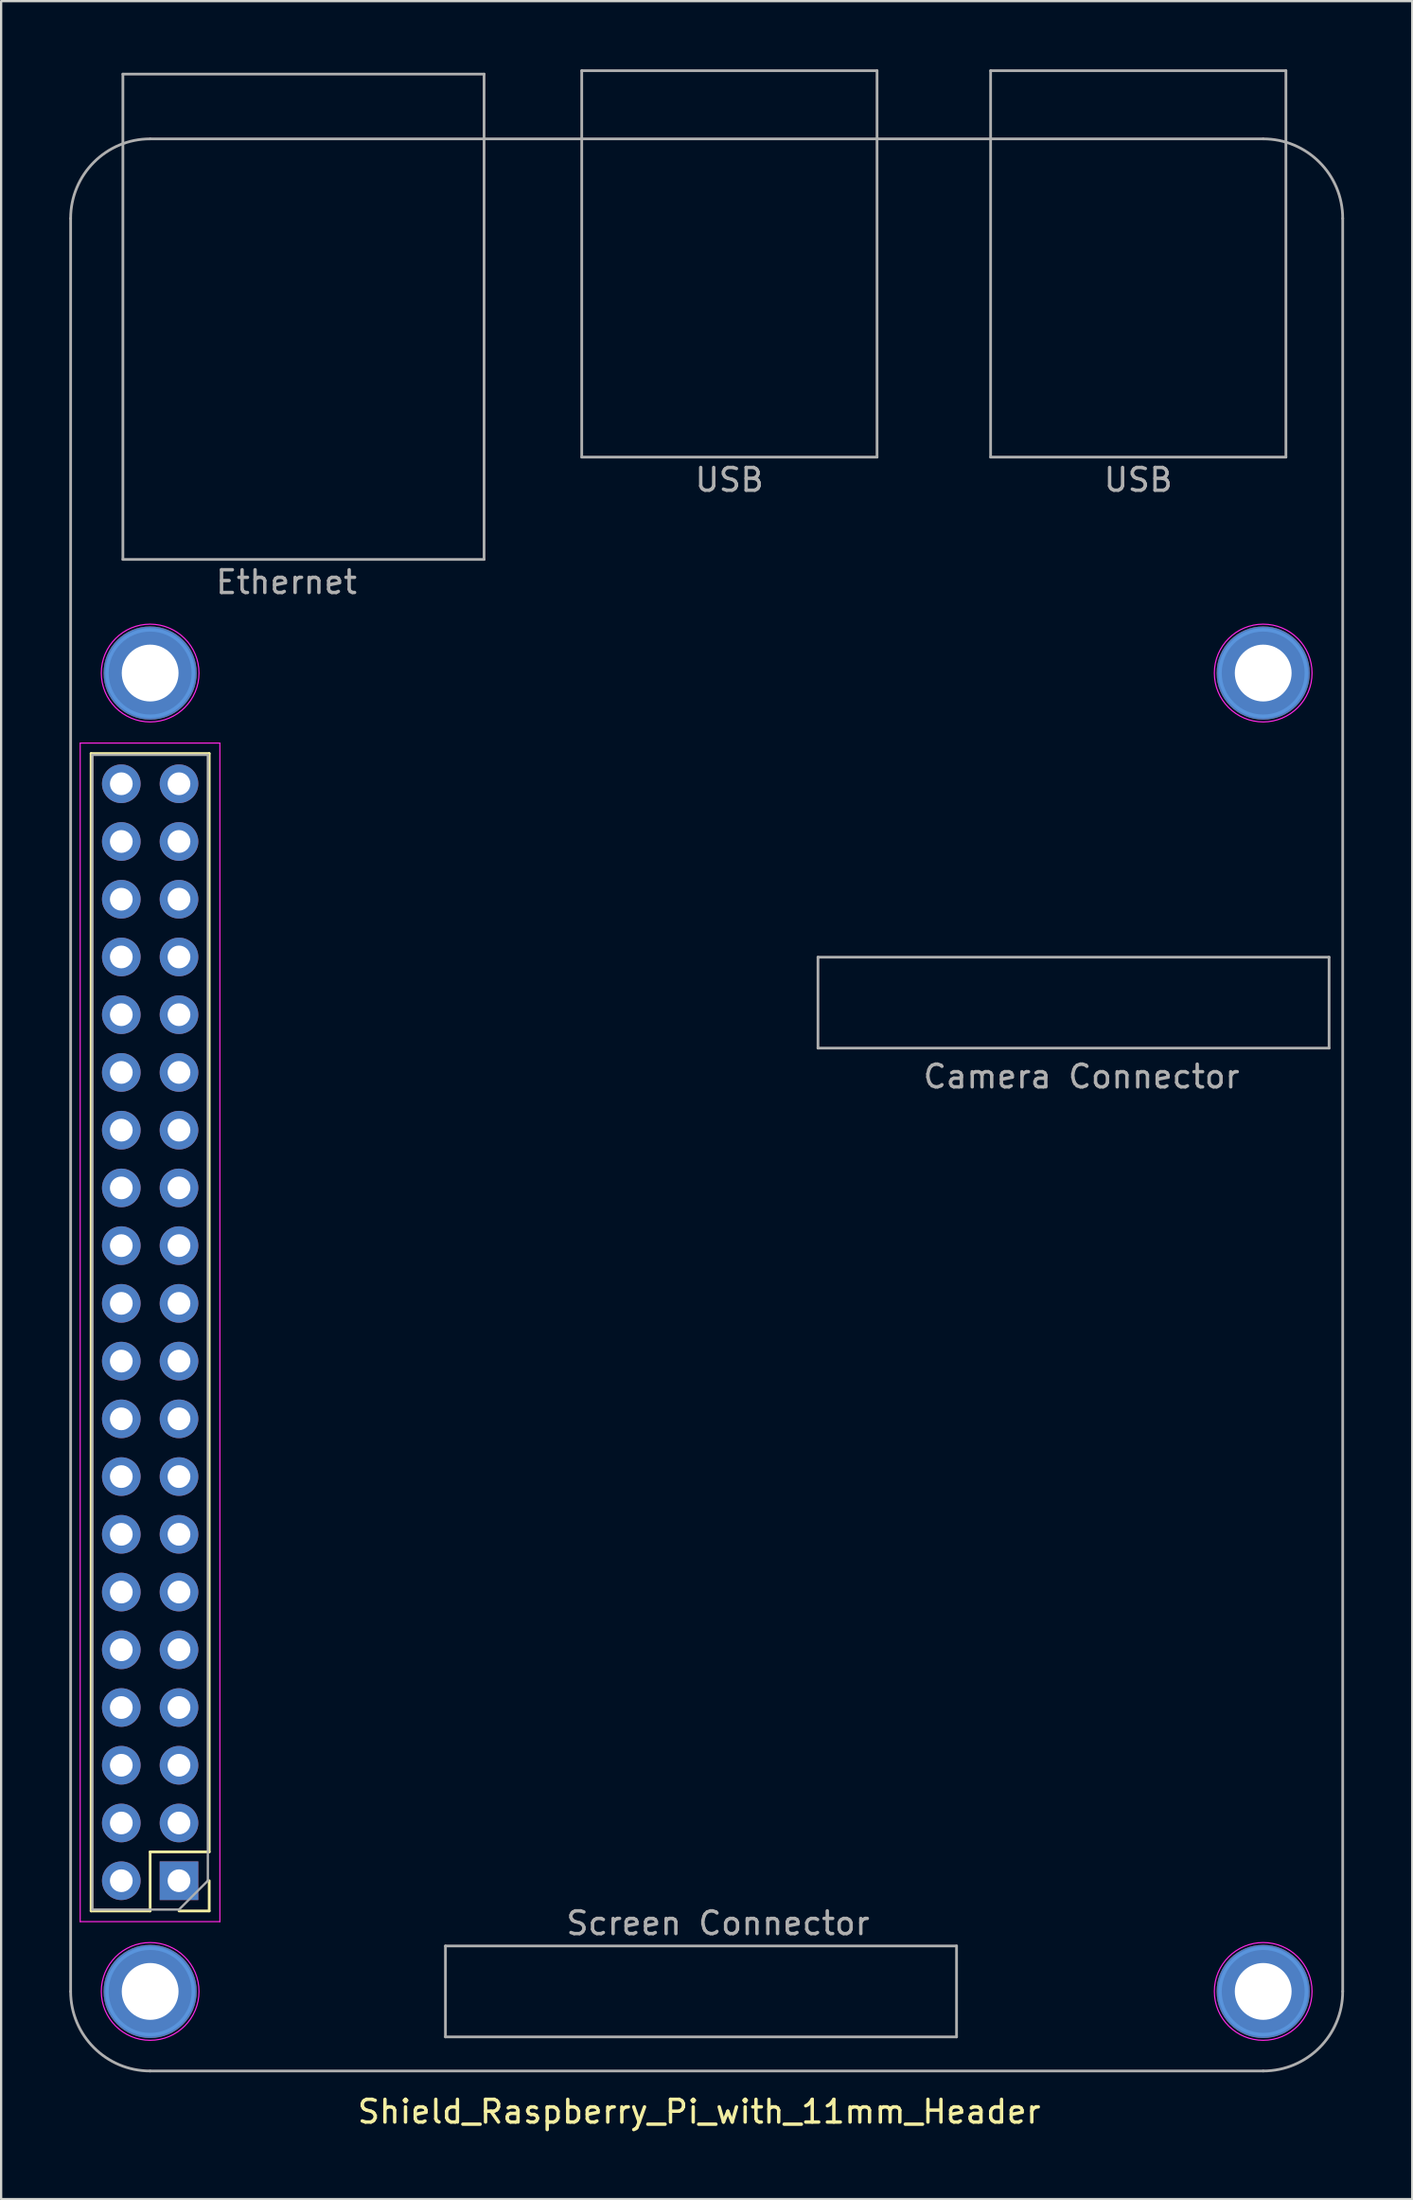
<source format=kicad_pcb>
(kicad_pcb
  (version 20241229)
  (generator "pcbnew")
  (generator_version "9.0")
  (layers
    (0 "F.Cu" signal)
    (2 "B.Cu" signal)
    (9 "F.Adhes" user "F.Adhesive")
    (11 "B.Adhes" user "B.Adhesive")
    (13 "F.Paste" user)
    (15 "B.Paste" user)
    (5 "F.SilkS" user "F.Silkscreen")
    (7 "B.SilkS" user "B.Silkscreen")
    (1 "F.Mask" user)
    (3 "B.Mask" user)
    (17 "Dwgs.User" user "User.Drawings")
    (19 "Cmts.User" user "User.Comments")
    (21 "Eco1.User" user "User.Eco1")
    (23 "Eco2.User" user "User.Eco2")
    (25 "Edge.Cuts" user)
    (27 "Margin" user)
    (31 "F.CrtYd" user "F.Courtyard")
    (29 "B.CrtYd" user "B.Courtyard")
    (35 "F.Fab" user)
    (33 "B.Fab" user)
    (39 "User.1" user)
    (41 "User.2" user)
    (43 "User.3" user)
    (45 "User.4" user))
  (footprint "Shield_Raspberry_Pi_with_11mm_Header"
    (layer "F.Cu")
    (at 3.56 55.56)
    (property "Reference" "Shield_Raspberry_Pi_with_11mm_Header" (at 24.17 34.29 0) (layer "F.SilkS") (effects (font (size 1 1) (thickness 0.15))))
    (attr through_hole)
    (fp_line (start -2.6 25.46) (end -2.6 -25.46) (stroke (width 0.12) (type solid)) (layer "F.SilkS"))
    (fp_line (start 0 22.86) (end 0 25.46) (stroke (width 0.12) (type solid)) (layer "F.SilkS"))
    (fp_line (start 0 25.46) (end -2.6 25.46) (stroke (width 0.12) (type solid)) (layer "F.SilkS"))
    (fp_line (start 2.6 -25.46) (end -2.6 -25.46) (stroke (width 0.12) (type solid)) (layer "F.SilkS"))
    (fp_line (start 2.6 22.86) (end 0 22.86) (stroke (width 0.12) (type solid)) (layer "F.SilkS"))
    (fp_line (start 2.6 22.86) (end 2.6 -25.46) (stroke (width 0.12) (type solid)) (layer "F.SilkS"))
    (fp_line (start 2.6 24.13) (end 2.6 25.46) (stroke (width 0.12) (type solid)) (layer "F.SilkS"))
    (fp_line (start 2.6 25.46) (end 1.27 25.46) (stroke (width 0.12) (type solid)) (layer "F.SilkS"))
    (fp_circle (center 0 -29) (end 1.9 -29) (stroke (width 0.15) (type solid)) (fill no) (layer "Cmts.User"))
    (fp_circle (center 0 29) (end 1.9 29) (stroke (width 0.15) (type solid)) (fill no) (layer "Cmts.User"))
    (fp_circle (center 49 -29) (end 50.9 -29) (stroke (width 0.15) (type solid)) (fill no) (layer "Cmts.User"))
    (fp_circle (center 49 29) (end 50.9 29) (stroke (width 0.15) (type solid)) (fill no) (layer "Cmts.User"))
    (fp_line (start -3.08 -25.92) (end -3.08 25.93) (stroke (width 0.05) (type solid)) (layer "F.CrtYd"))
    (fp_line (start -3.08 25.93) (end 3.07 25.93) (stroke (width 0.05) (type solid)) (layer "F.CrtYd"))
    (fp_line (start 3.07 -25.92) (end -3.08 -25.92) (stroke (width 0.05) (type solid)) (layer "F.CrtYd"))
    (fp_line (start 3.07 25.93) (end 3.07 -25.92) (stroke (width 0.05) (type solid)) (layer "F.CrtYd"))
    (fp_circle (center 0 -29) (end 2.15 -29) (stroke (width 0.05) (type solid)) (fill no) (layer "F.CrtYd"))
    (fp_circle (center 0 29) (end 2.15 29) (stroke (width 0.05) (type solid)) (fill no) (layer "F.CrtYd"))
    (fp_circle (center 49 -29) (end 51.15 -29) (stroke (width 0.05) (type solid)) (fill no) (layer "F.CrtYd"))
    (fp_circle (center 49 29) (end 51.15 29) (stroke (width 0.05) (type solid)) (fill no) (layer "F.CrtYd"))
    (fp_line (start -3.5 -49) (end -3.5 29) (stroke (width 0.12) (type solid)) (layer "F.Fab"))
    (fp_line (start -2.54 -25.4) (end 2.54 -25.4) (stroke (width 0.1) (type solid)) (layer "F.Fab"))
    (fp_line (start -2.54 25.4) (end -2.54 -25.4) (stroke (width 0.1) (type solid)) (layer "F.Fab"))
    (fp_line (start -1.2 -55.35) (end -1.2 -34) (stroke (width 0.12) (type solid)) (layer "F.Fab"))
    (fp_line (start -1.2 -34) (end 14.7 -34) (stroke (width 0.12) (type solid)) (layer "F.Fab"))
    (fp_line (start 0 32.5) (end 49 32.5) (stroke (width 0.12) (type solid)) (layer "F.Fab"))
    (fp_line (start 1.27 25.4) (end -2.54 25.4) (stroke (width 0.1) (type solid)) (layer "F.Fab"))
    (fp_line (start 2.54 -25.4) (end 2.54 24.13) (stroke (width 0.1) (type solid)) (layer "F.Fab"))
    (fp_line (start 2.54 24.13) (end 1.27 25.4) (stroke (width 0.1) (type solid)) (layer "F.Fab"))
    (fp_line (start 13 27) (end 13 31) (stroke (width 0.12) (type solid)) (layer "F.Fab"))
    (fp_line (start 13 31) (end 35.5 31) (stroke (width 0.12) (type solid)) (layer "F.Fab"))
    (fp_line (start 14.7 -55.35) (end -1.2 -55.35) (stroke (width 0.12) (type solid)) (layer "F.Fab"))
    (fp_line (start 14.7 -34) (end 14.7 -55.35) (stroke (width 0.12) (type solid)) (layer "F.Fab"))
    (fp_line (start 19 -55.5) (end 32 -55.5) (stroke (width 0.12) (type solid)) (layer "F.Fab"))
    (fp_line (start 19 -38.5) (end 19 -55.5) (stroke (width 0.12) (type solid)) (layer "F.Fab"))
    (fp_line (start 29.4 -16.5) (end 29.4 -12.5) (stroke (width 0.12) (type solid)) (layer "F.Fab"))
    (fp_line (start 29.4 -12.5) (end 51.9 -12.5) (stroke (width 0.12) (type solid)) (layer "F.Fab"))
    (fp_line (start 32 -55.5) (end 32 -38.5) (stroke (width 0.12) (type solid)) (layer "F.Fab"))
    (fp_line (start 32 -38.5) (end 19 -38.5) (stroke (width 0.12) (type solid)) (layer "F.Fab"))
    (fp_line (start 35.5 27) (end 13 27) (stroke (width 0.12) (type solid)) (layer "F.Fab"))
    (fp_line (start 35.5 31) (end 35.5 27) (stroke (width 0.12) (type solid)) (layer "F.Fab"))
    (fp_line (start 37 -55.5) (end 50 -55.5) (stroke (width 0.12) (type solid)) (layer "F.Fab"))
    (fp_line (start 37 -38.5) (end 37 -55.5) (stroke (width 0.12) (type solid)) (layer "F.Fab"))
    (fp_line (start 49 -52.5) (end 0 -52.5) (stroke (width 0.12) (type solid)) (layer "F.Fab"))
    (fp_line (start 50 -55.5) (end 50 -38.5) (stroke (width 0.12) (type solid)) (layer "F.Fab"))
    (fp_line (start 50 -38.5) (end 37 -38.5) (stroke (width 0.12) (type solid)) (layer "F.Fab"))
    (fp_line (start 51.9 -16.5) (end 29.4 -16.5) (stroke (width 0.12) (type solid)) (layer "F.Fab"))
    (fp_line (start 51.9 -12.5) (end 51.9 -16.5) (stroke (width 0.12) (type solid)) (layer "F.Fab"))
    (fp_line (start 52.5 29) (end 52.5 -49) (stroke (width 0.12) (type solid)) (layer "F.Fab"))
    (fp_arc (start -3.5 -49) (mid -2.474874 -51.474874) (end 0 -52.5) (stroke (width 0.12) (type solid)) (layer "F.Fab"))
    (fp_arc (start 0 32.5) (mid -2.474874 31.474874) (end -3.5 29) (stroke (width 0.12) (type solid)) (layer "F.Fab"))
    (fp_arc (start 49 -52.5) (mid 51.474874 -51.474874) (end 52.5 -49) (stroke (width 0.12) (type solid)) (layer "F.Fab"))
    (fp_arc (start 52.5 29) (mid 51.474874 31.474874) (end 49 32.5) (stroke (width 0.12) (type solid)) (layer "F.Fab"))
    (fp_text user "Ethernet" (at 6 -33 0) (layer "F.Fab") (effects (font (size 1 1) (thickness 0.15))))
    (fp_text user "Camera Connector" (at 41 -11.25 0) (layer "F.Fab") (effects (font (size 1 1) (thickness 0.15))))
    (fp_text user "USB" (at 43.5 -37.5 0) (layer "F.Fab") (effects (font (size 1 1) (thickness 0.15))))
    (fp_text user "USB" (at 25.5 -37.5 0) (layer "F.Fab") (effects (font (size 1 1) (thickness 0.15))))
    (fp_text user "Screen Connector" (at 25 26 0) (layer "F.Fab") (effects (font (size 1 1) (thickness 0.15))))
    (pad "" thru_hole circle (at 0 -29) (size 4.1 4.1) (drill 2.5) (layers "*.Cu" "*.Mask"))
    (pad "" thru_hole circle (at 0 29) (size 4.1 4.1) (drill 2.5) (layers "*.Cu" "*.Mask"))
    (pad "" thru_hole circle (at 49 -29) (size 4.1 4.1) (drill 2.5) (layers "*.Cu" "*.Mask"))
    (pad "" thru_hole circle (at 49 29) (size 4.1 4.1) (drill 2.5) (layers "*.Cu" "*.Mask"))
    (pad "1" thru_hole rect (at 1.27 24.13 180) (size 1.7 1.7) (drill 1) (layers "*.Cu" "*.Mask"))
    (pad "2" thru_hole oval (at -1.27 24.13 180) (size 1.7 1.7) (drill 1) (layers "*.Cu" "*.Mask"))
    (pad "3" thru_hole oval (at 1.27 21.59 180) (size 1.7 1.7) (drill 1) (layers "*.Cu" "*.Mask"))
    (pad "4" thru_hole oval (at -1.27 21.59 180) (size 1.7 1.7) (drill 1) (layers "*.Cu" "*.Mask"))
    (pad "5" thru_hole oval (at 1.27 19.05 180) (size 1.7 1.7) (drill 1) (layers "*.Cu" "*.Mask"))
    (pad "6" thru_hole oval (at -1.27 19.05 180) (size 1.7 1.7) (drill 1) (layers "*.Cu" "*.Mask"))
    (pad "7" thru_hole oval (at 1.27 16.51 180) (size 1.7 1.7) (drill 1) (layers "*.Cu" "*.Mask"))
    (pad "8" thru_hole oval (at -1.27 16.51 180) (size 1.7 1.7) (drill 1) (layers "*.Cu" "*.Mask"))
    (pad "9" thru_hole oval (at 1.27 13.97 180) (size 1.7 1.7) (drill 1) (layers "*.Cu" "*.Mask"))
    (pad "10" thru_hole oval (at -1.27 13.97 180) (size 1.7 1.7) (drill 1) (layers "*.Cu" "*.Mask"))
    (pad "11" thru_hole oval (at 1.27 11.43 180) (size 1.7 1.7) (drill 1) (layers "*.Cu" "*.Mask"))
    (pad "12" thru_hole oval (at -1.27 11.43 180) (size 1.7 1.7) (drill 1) (layers "*.Cu" "*.Mask"))
    (pad "13" thru_hole oval (at 1.27 8.89 180) (size 1.7 1.7) (drill 1) (layers "*.Cu" "*.Mask"))
    (pad "14" thru_hole oval (at -1.27 8.89 180) (size 1.7 1.7) (drill 1) (layers "*.Cu" "*.Mask"))
    (pad "15" thru_hole oval (at 1.27 6.35 180) (size 1.7 1.7) (drill 1) (layers "*.Cu" "*.Mask"))
    (pad "16" thru_hole oval (at -1.27 6.35 180) (size 1.7 1.7) (drill 1) (layers "*.Cu" "*.Mask"))
    (pad "17" thru_hole oval (at 1.27 3.81 180) (size 1.7 1.7) (drill 1) (layers "*.Cu" "*.Mask"))
    (pad "18" thru_hole oval (at -1.27 3.81 180) (size 1.7 1.7) (drill 1) (layers "*.Cu" "*.Mask"))
    (pad "19" thru_hole oval (at 1.27 1.27 180) (size 1.7 1.7) (drill 1) (layers "*.Cu" "*.Mask"))
    (pad "20" thru_hole oval (at -1.27 1.27 180) (size 1.7 1.7) (drill 1) (layers "*.Cu" "*.Mask"))
    (pad "21" thru_hole oval (at 1.27 -1.27 180) (size 1.7 1.7) (drill 1) (layers "*.Cu" "*.Mask"))
    (pad "22" thru_hole oval (at -1.27 -1.27 180) (size 1.7 1.7) (drill 1) (layers "*.Cu" "*.Mask"))
    (pad "23" thru_hole oval (at 1.27 -3.81 180) (size 1.7 1.7) (drill 1) (layers "*.Cu" "*.Mask"))
    (pad "24" thru_hole oval (at -1.27 -3.81 180) (size 1.7 1.7) (drill 1) (layers "*.Cu" "*.Mask"))
    (pad "25" thru_hole oval (at 1.27 -6.35 180) (size 1.7 1.7) (drill 1) (layers "*.Cu" "*.Mask"))
    (pad "26" thru_hole oval (at -1.27 -6.35 180) (size 1.7 1.7) (drill 1) (layers "*.Cu" "*.Mask"))
    (pad "27" thru_hole oval (at 1.27 -8.89 180) (size 1.7 1.7) (drill 1) (layers "*.Cu" "*.Mask"))
    (pad "28" thru_hole oval (at -1.27 -8.89 180) (size 1.7 1.7) (drill 1) (layers "*.Cu" "*.Mask"))
    (pad "29" thru_hole oval (at 1.27 -11.43 180) (size 1.7 1.7) (drill 1) (layers "*.Cu" "*.Mask"))
    (pad "30" thru_hole oval (at -1.27 -11.43 180) (size 1.7 1.7) (drill 1) (layers "*.Cu" "*.Mask"))
    (pad "31" thru_hole oval (at 1.27 -13.97 180) (size 1.7 1.7) (drill 1) (layers "*.Cu" "*.Mask"))
    (pad "32" thru_hole oval (at -1.27 -13.97 180) (size 1.7 1.7) (drill 1) (layers "*.Cu" "*.Mask"))
    (pad "33" thru_hole oval (at 1.27 -16.51 180) (size 1.7 1.7) (drill 1) (layers "*.Cu" "*.Mask"))
    (pad "34" thru_hole oval (at -1.27 -16.51 180) (size 1.7 1.7) (drill 1) (layers "*.Cu" "*.Mask"))
    (pad "35" thru_hole oval (at 1.27 -19.05 180) (size 1.7 1.7) (drill 1) (layers "*.Cu" "*.Mask"))
    (pad "36" thru_hole oval (at -1.27 -19.05 180) (size 1.7 1.7) (drill 1) (layers "*.Cu" "*.Mask"))
    (pad "37" thru_hole oval (at 1.27 -21.59 180) (size 1.7 1.7) (drill 1) (layers "*.Cu" "*.Mask"))
    (pad "38" thru_hole oval (at -1.27 -21.59 180) (size 1.7 1.7) (drill 1) (layers "*.Cu" "*.Mask"))
    (pad "39" thru_hole oval (at 1.27 -24.13 180) (size 1.7 1.7) (drill 1) (layers "*.Cu" "*.Mask"))
    (pad "40" thru_hole oval (at -1.27 -24.13 180) (size 1.7 1.7) (drill 1) (layers "*.Cu" "*.Mask")))
  (gr_rect
    (start -3 -3)
    (end 59.12 93.698)
    (stroke (width 0.1) (type default))
    (fill no)
    (layer "Edge.Cuts")))
</source>
